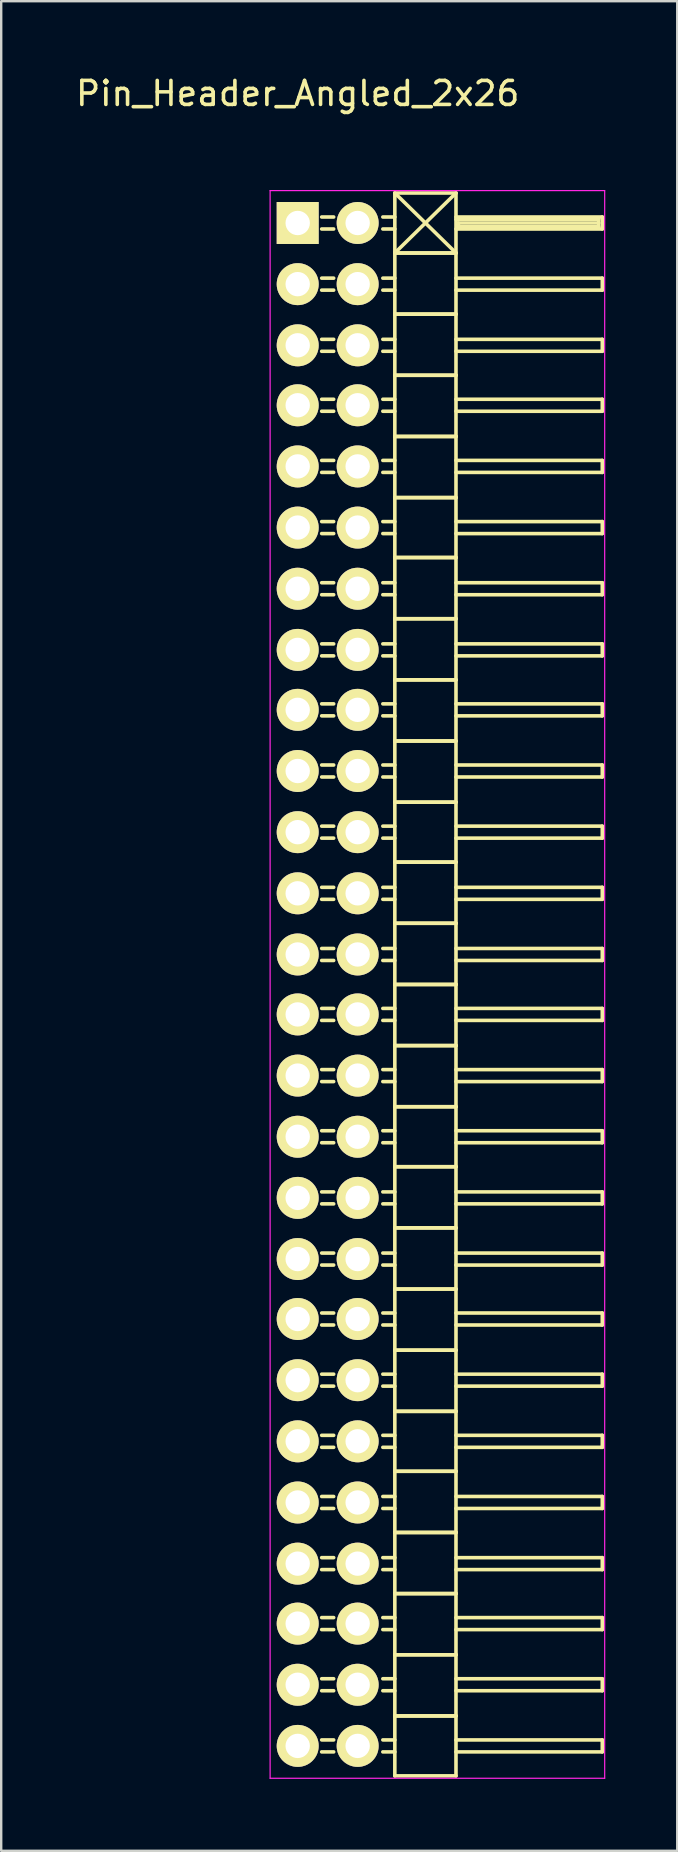
<source format=kicad_pcb>
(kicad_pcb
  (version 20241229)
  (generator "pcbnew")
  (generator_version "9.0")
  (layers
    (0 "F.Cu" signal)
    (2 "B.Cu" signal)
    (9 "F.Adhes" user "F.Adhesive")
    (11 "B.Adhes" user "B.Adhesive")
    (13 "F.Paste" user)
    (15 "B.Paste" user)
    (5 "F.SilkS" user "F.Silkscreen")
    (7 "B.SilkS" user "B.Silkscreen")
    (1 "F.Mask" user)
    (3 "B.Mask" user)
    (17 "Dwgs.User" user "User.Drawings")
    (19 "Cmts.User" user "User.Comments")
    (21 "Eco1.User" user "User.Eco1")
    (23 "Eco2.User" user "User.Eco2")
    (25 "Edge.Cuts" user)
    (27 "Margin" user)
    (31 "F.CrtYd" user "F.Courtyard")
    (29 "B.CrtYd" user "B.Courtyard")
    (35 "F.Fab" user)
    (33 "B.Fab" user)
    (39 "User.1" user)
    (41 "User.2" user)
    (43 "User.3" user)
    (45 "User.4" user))
  (footprint "Pin_Header_Angled_2x26"
    (layer "F.Cu")
    (at 9.363 6.248)
    (property "Reference" "Pin_Header_Angled_2x26" (at 0 -5.4 0) (layer "F.SilkS") (effects (font (size 1 1) (thickness 0.15))))
    (attr through_hole)
    (fp_line (start 1.5 -0.25) (end 1 -0.25) (stroke (width 0.15) (type solid)) (layer "F.SilkS"))
    (fp_line (start 1.5 0.25) (end 1 0.25) (stroke (width 0.15) (type solid)) (layer "F.SilkS"))
    (fp_line (start 1.5 2.3) (end 1 2.3) (stroke (width 0.15) (type solid)) (layer "F.SilkS"))
    (fp_line (start 1.5 2.8) (end 1 2.8) (stroke (width 0.15) (type solid)) (layer "F.SilkS"))
    (fp_line (start 1.5 4.85) (end 1 4.85) (stroke (width 0.15) (type solid)) (layer "F.SilkS"))
    (fp_line (start 1.5 5.35) (end 1 5.35) (stroke (width 0.15) (type solid)) (layer "F.SilkS"))
    (fp_line (start 1.5 7.35) (end 1 7.35) (stroke (width 0.15) (type solid)) (layer "F.SilkS"))
    (fp_line (start 1.5 7.85) (end 1 7.85) (stroke (width 0.15) (type solid)) (layer "F.SilkS"))
    (fp_line (start 1.5 9.9) (end 1 9.9) (stroke (width 0.15) (type solid)) (layer "F.SilkS"))
    (fp_line (start 1.5 10.4) (end 1 10.4) (stroke (width 0.15) (type solid)) (layer "F.SilkS"))
    (fp_line (start 1.5 12.45) (end 1 12.45) (stroke (width 0.15) (type solid)) (layer "F.SilkS"))
    (fp_line (start 1.5 12.95) (end 1 12.95) (stroke (width 0.15) (type solid)) (layer "F.SilkS"))
    (fp_line (start 1.5 15) (end 1 15) (stroke (width 0.15) (type solid)) (layer "F.SilkS"))
    (fp_line (start 1.5 15.5) (end 1 15.5) (stroke (width 0.15) (type solid)) (layer "F.SilkS"))
    (fp_line (start 1.5 17.55) (end 1 17.55) (stroke (width 0.15) (type solid)) (layer "F.SilkS"))
    (fp_line (start 1.5 18.05) (end 1 18.05) (stroke (width 0.15) (type solid)) (layer "F.SilkS"))
    (fp_line (start 1.5 20.05) (end 1 20.05) (stroke (width 0.15) (type solid)) (layer "F.SilkS"))
    (fp_line (start 1.5 20.55) (end 1 20.55) (stroke (width 0.15) (type solid)) (layer "F.SilkS"))
    (fp_line (start 1.5 22.6) (end 1 22.6) (stroke (width 0.15) (type solid)) (layer "F.SilkS"))
    (fp_line (start 1.5 23.1) (end 1 23.1) (stroke (width 0.15) (type solid)) (layer "F.SilkS"))
    (fp_line (start 1.5 25.15) (end 1 25.15) (stroke (width 0.15) (type solid)) (layer "F.SilkS"))
    (fp_line (start 1.5 25.65) (end 1 25.65) (stroke (width 0.15) (type solid)) (layer "F.SilkS"))
    (fp_line (start 1.5 27.7) (end 1 27.7) (stroke (width 0.15) (type solid)) (layer "F.SilkS"))
    (fp_line (start 1.5 28.2) (end 1 28.2) (stroke (width 0.15) (type solid)) (layer "F.SilkS"))
    (fp_line (start 1.5 30.25) (end 1 30.25) (stroke (width 0.15) (type solid)) (layer "F.SilkS"))
    (fp_line (start 1.5 30.75) (end 1 30.75) (stroke (width 0.15) (type solid)) (layer "F.SilkS"))
    (fp_line (start 1.5 32.75) (end 1 32.75) (stroke (width 0.15) (type solid)) (layer "F.SilkS"))
    (fp_line (start 1.5 33.25) (end 1 33.25) (stroke (width 0.15) (type solid)) (layer "F.SilkS"))
    (fp_line (start 1.5 35.3) (end 1 35.3) (stroke (width 0.15) (type solid)) (layer "F.SilkS"))
    (fp_line (start 1.5 35.8) (end 1 35.8) (stroke (width 0.15) (type solid)) (layer "F.SilkS"))
    (fp_line (start 1.5 37.85) (end 1 37.85) (stroke (width 0.15) (type solid)) (layer "F.SilkS"))
    (fp_line (start 1.5 38.35) (end 1 38.35) (stroke (width 0.15) (type solid)) (layer "F.SilkS"))
    (fp_line (start 1.5 40.4) (end 1 40.4) (stroke (width 0.15) (type solid)) (layer "F.SilkS"))
    (fp_line (start 1.5 40.9) (end 1 40.9) (stroke (width 0.15) (type solid)) (layer "F.SilkS"))
    (fp_line (start 1.5 42.95) (end 1 42.95) (stroke (width 0.15) (type solid)) (layer "F.SilkS"))
    (fp_line (start 1.5 43.45) (end 1 43.45) (stroke (width 0.15) (type solid)) (layer "F.SilkS"))
    (fp_line (start 1.5 45.45) (end 1 45.45) (stroke (width 0.15) (type solid)) (layer "F.SilkS"))
    (fp_line (start 1.5 45.95) (end 1 45.95) (stroke (width 0.15) (type solid)) (layer "F.SilkS"))
    (fp_line (start 1.5 48) (end 1 48) (stroke (width 0.15) (type solid)) (layer "F.SilkS"))
    (fp_line (start 1.5 48.5) (end 1 48.5) (stroke (width 0.15) (type solid)) (layer "F.SilkS"))
    (fp_line (start 1.5 50.55) (end 1 50.55) (stroke (width 0.15) (type solid)) (layer "F.SilkS"))
    (fp_line (start 1.5 51.05) (end 1 51.05) (stroke (width 0.15) (type solid)) (layer "F.SilkS"))
    (fp_line (start 1.5 53.1) (end 1 53.1) (stroke (width 0.15) (type solid)) (layer "F.SilkS"))
    (fp_line (start 1.5 53.6) (end 1 53.6) (stroke (width 0.15) (type solid)) (layer "F.SilkS"))
    (fp_line (start 1.5 55.65) (end 1 55.65) (stroke (width 0.15) (type solid)) (layer "F.SilkS"))
    (fp_line (start 1.5 56.15) (end 1 56.15) (stroke (width 0.15) (type solid)) (layer "F.SilkS"))
    (fp_line (start 1.5 58.15) (end 1 58.15) (stroke (width 0.15) (type solid)) (layer "F.SilkS"))
    (fp_line (start 1.5 58.65) (end 1 58.65) (stroke (width 0.15) (type solid)) (layer "F.SilkS"))
    (fp_line (start 1.5 60.7) (end 1 60.7) (stroke (width 0.15) (type solid)) (layer "F.SilkS"))
    (fp_line (start 1.5 61.2) (end 1 61.2) (stroke (width 0.15) (type solid)) (layer "F.SilkS"))
    (fp_line (start 1.5 63.25) (end 1 63.25) (stroke (width 0.15) (type solid)) (layer "F.SilkS"))
    (fp_line (start 1.5 63.75) (end 1 63.75) (stroke (width 0.15) (type solid)) (layer "F.SilkS"))
    (fp_line (start 4.05 -1.25) (end 4.05 1.25) (stroke (width 0.15) (type solid)) (layer "F.SilkS"))
    (fp_line (start 4.05 -1.25) (end 6.6 -1.25) (stroke (width 0.15) (type solid)) (layer "F.SilkS"))
    (fp_line (start 4.05 -1.25) (end 6.6 1.25) (stroke (width 0.15) (type solid)) (layer "F.SilkS"))
    (fp_line (start 4.05 -0.25) (end 3.55 -0.25) (stroke (width 0.15) (type solid)) (layer "F.SilkS"))
    (fp_line (start 4.05 0.25) (end 3.55 0.25) (stroke (width 0.15) (type solid)) (layer "F.SilkS"))
    (fp_line (start 4.05 1.25) (end 4.05 3.8) (stroke (width 0.15) (type solid)) (layer "F.SilkS"))
    (fp_line (start 4.05 1.25) (end 6.6 1.25) (stroke (width 0.15) (type solid)) (layer "F.SilkS"))
    (fp_line (start 4.05 1.25) (end 6.6 1.25) (stroke (width 0.15) (type solid)) (layer "F.SilkS"))
    (fp_line (start 4.05 2.3) (end 3.55 2.3) (stroke (width 0.15) (type solid)) (layer "F.SilkS"))
    (fp_line (start 4.05 2.8) (end 3.55 2.8) (stroke (width 0.15) (type solid)) (layer "F.SilkS"))
    (fp_line (start 4.05 3.8) (end 4.05 6.35) (stroke (width 0.15) (type solid)) (layer "F.SilkS"))
    (fp_line (start 4.05 3.8) (end 6.6 3.8) (stroke (width 0.15) (type solid)) (layer "F.SilkS"))
    (fp_line (start 4.05 3.8) (end 6.6 3.8) (stroke (width 0.15) (type solid)) (layer "F.SilkS"))
    (fp_line (start 4.05 4.85) (end 3.55 4.85) (stroke (width 0.15) (type solid)) (layer "F.SilkS"))
    (fp_line (start 4.05 5.35) (end 3.55 5.35) (stroke (width 0.15) (type solid)) (layer "F.SilkS"))
    (fp_line (start 4.05 6.35) (end 4.05 8.9) (stroke (width 0.15) (type solid)) (layer "F.SilkS"))
    (fp_line (start 4.05 6.35) (end 6.6 6.35) (stroke (width 0.15) (type solid)) (layer "F.SilkS"))
    (fp_line (start 4.05 6.35) (end 6.6 6.35) (stroke (width 0.15) (type solid)) (layer "F.SilkS"))
    (fp_line (start 4.05 7.35) (end 3.55 7.35) (stroke (width 0.15) (type solid)) (layer "F.SilkS"))
    (fp_line (start 4.05 7.85) (end 3.55 7.85) (stroke (width 0.15) (type solid)) (layer "F.SilkS"))
    (fp_line (start 4.05 8.9) (end 4.05 11.45) (stroke (width 0.15) (type solid)) (layer "F.SilkS"))
    (fp_line (start 4.05 8.9) (end 6.6 8.9) (stroke (width 0.15) (type solid)) (layer "F.SilkS"))
    (fp_line (start 4.05 8.9) (end 6.6 8.9) (stroke (width 0.15) (type solid)) (layer "F.SilkS"))
    (fp_line (start 4.05 9.9) (end 3.55 9.9) (stroke (width 0.15) (type solid)) (layer "F.SilkS"))
    (fp_line (start 4.05 10.4) (end 3.55 10.4) (stroke (width 0.15) (type solid)) (layer "F.SilkS"))
    (fp_line (start 4.05 11.45) (end 4.05 13.95) (stroke (width 0.15) (type solid)) (layer "F.SilkS"))
    (fp_line (start 4.05 11.45) (end 6.6 11.45) (stroke (width 0.15) (type solid)) (layer "F.SilkS"))
    (fp_line (start 4.05 11.45) (end 6.6 11.45) (stroke (width 0.15) (type solid)) (layer "F.SilkS"))
    (fp_line (start 4.05 12.45) (end 3.55 12.45) (stroke (width 0.15) (type solid)) (layer "F.SilkS"))
    (fp_line (start 4.05 12.95) (end 3.55 12.95) (stroke (width 0.15) (type solid)) (layer "F.SilkS"))
    (fp_line (start 4.05 13.95) (end 4.05 16.5) (stroke (width 0.15) (type solid)) (layer "F.SilkS"))
    (fp_line (start 4.05 13.95) (end 6.6 13.95) (stroke (width 0.15) (type solid)) (layer "F.SilkS"))
    (fp_line (start 4.05 13.95) (end 6.6 13.95) (stroke (width 0.15) (type solid)) (layer "F.SilkS"))
    (fp_line (start 4.05 15) (end 3.55 15) (stroke (width 0.15) (type solid)) (layer "F.SilkS"))
    (fp_line (start 4.05 15.5) (end 3.55 15.5) (stroke (width 0.15) (type solid)) (layer "F.SilkS"))
    (fp_line (start 4.05 16.5) (end 4.05 19.05) (stroke (width 0.15) (type solid)) (layer "F.SilkS"))
    (fp_line (start 4.05 16.5) (end 6.6 16.5) (stroke (width 0.15) (type solid)) (layer "F.SilkS"))
    (fp_line (start 4.05 16.5) (end 6.6 16.5) (stroke (width 0.15) (type solid)) (layer "F.SilkS"))
    (fp_line (start 4.05 17.55) (end 3.55 17.55) (stroke (width 0.15) (type solid)) (layer "F.SilkS"))
    (fp_line (start 4.05 18.05) (end 3.55 18.05) (stroke (width 0.15) (type solid)) (layer "F.SilkS"))
    (fp_line (start 4.05 19.05) (end 4.05 21.6) (stroke (width 0.15) (type solid)) (layer "F.SilkS"))
    (fp_line (start 4.05 19.05) (end 6.6 19.05) (stroke (width 0.15) (type solid)) (layer "F.SilkS"))
    (fp_line (start 4.05 19.05) (end 6.6 19.05) (stroke (width 0.15) (type solid)) (layer "F.SilkS"))
    (fp_line (start 4.05 20.05) (end 3.55 20.05) (stroke (width 0.15) (type solid)) (layer "F.SilkS"))
    (fp_line (start 4.05 20.55) (end 3.55 20.55) (stroke (width 0.15) (type solid)) (layer "F.SilkS"))
    (fp_line (start 4.05 21.6) (end 4.05 24.15) (stroke (width 0.15) (type solid)) (layer "F.SilkS"))
    (fp_line (start 4.05 21.6) (end 6.6 21.6) (stroke (width 0.15) (type solid)) (layer "F.SilkS"))
    (fp_line (start 4.05 21.6) (end 6.6 21.6) (stroke (width 0.15) (type solid)) (layer "F.SilkS"))
    (fp_line (start 4.05 22.6) (end 3.55 22.6) (stroke (width 0.15) (type solid)) (layer "F.SilkS"))
    (fp_line (start 4.05 23.1) (end 3.55 23.1) (stroke (width 0.15) (type solid)) (layer "F.SilkS"))
    (fp_line (start 4.05 24.15) (end 4.05 26.65) (stroke (width 0.15) (type solid)) (layer "F.SilkS"))
    (fp_line (start 4.05 24.15) (end 6.6 24.15) (stroke (width 0.15) (type solid)) (layer "F.SilkS"))
    (fp_line (start 4.05 24.15) (end 6.6 24.15) (stroke (width 0.15) (type solid)) (layer "F.SilkS"))
    (fp_line (start 4.05 25.15) (end 3.55 25.15) (stroke (width 0.15) (type solid)) (layer "F.SilkS"))
    (fp_line (start 4.05 25.65) (end 3.55 25.65) (stroke (width 0.15) (type solid)) (layer "F.SilkS"))
    (fp_line (start 4.05 26.65) (end 4.05 29.2) (stroke (width 0.15) (type solid)) (layer "F.SilkS"))
    (fp_line (start 4.05 26.65) (end 6.6 26.65) (stroke (width 0.15) (type solid)) (layer "F.SilkS"))
    (fp_line (start 4.05 26.65) (end 6.6 26.65) (stroke (width 0.15) (type solid)) (layer "F.SilkS"))
    (fp_line (start 4.05 27.7) (end 3.55 27.7) (stroke (width 0.15) (type solid)) (layer "F.SilkS"))
    (fp_line (start 4.05 28.2) (end 3.55 28.2) (stroke (width 0.15) (type solid)) (layer "F.SilkS"))
    (fp_line (start 4.05 29.2) (end 4.05 31.75) (stroke (width 0.15) (type solid)) (layer "F.SilkS"))
    (fp_line (start 4.05 29.2) (end 6.6 29.2) (stroke (width 0.15) (type solid)) (layer "F.SilkS"))
    (fp_line (start 4.05 29.2) (end 6.6 29.2) (stroke (width 0.15) (type solid)) (layer "F.SilkS"))
    (fp_line (start 4.05 30.25) (end 3.55 30.25) (stroke (width 0.15) (type solid)) (layer "F.SilkS"))
    (fp_line (start 4.05 30.75) (end 3.55 30.75) (stroke (width 0.15) (type solid)) (layer "F.SilkS"))
    (fp_line (start 4.05 31.75) (end 4.05 34.3) (stroke (width 0.15) (type solid)) (layer "F.SilkS"))
    (fp_line (start 4.05 31.75) (end 6.6 31.75) (stroke (width 0.15) (type solid)) (layer "F.SilkS"))
    (fp_line (start 4.05 31.75) (end 6.6 31.75) (stroke (width 0.15) (type solid)) (layer "F.SilkS"))
    (fp_line (start 4.05 32.75) (end 3.55 32.75) (stroke (width 0.15) (type solid)) (layer "F.SilkS"))
    (fp_line (start 4.05 33.25) (end 3.55 33.25) (stroke (width 0.15) (type solid)) (layer "F.SilkS"))
    (fp_line (start 4.05 34.3) (end 4.05 36.85) (stroke (width 0.15) (type solid)) (layer "F.SilkS"))
    (fp_line (start 4.05 34.3) (end 6.6 34.3) (stroke (width 0.15) (type solid)) (layer "F.SilkS"))
    (fp_line (start 4.05 34.3) (end 6.6 34.3) (stroke (width 0.15) (type solid)) (layer "F.SilkS"))
    (fp_line (start 4.05 35.3) (end 3.55 35.3) (stroke (width 0.15) (type solid)) (layer "F.SilkS"))
    (fp_line (start 4.05 35.8) (end 3.55 35.8) (stroke (width 0.15) (type solid)) (layer "F.SilkS"))
    (fp_line (start 4.05 36.85) (end 4.05 39.35) (stroke (width 0.15) (type solid)) (layer "F.SilkS"))
    (fp_line (start 4.05 36.85) (end 6.6 36.85) (stroke (width 0.15) (type solid)) (layer "F.SilkS"))
    (fp_line (start 4.05 36.85) (end 6.6 36.85) (stroke (width 0.15) (type solid)) (layer "F.SilkS"))
    (fp_line (start 4.05 37.85) (end 3.55 37.85) (stroke (width 0.15) (type solid)) (layer "F.SilkS"))
    (fp_line (start 4.05 38.35) (end 3.55 38.35) (stroke (width 0.15) (type solid)) (layer "F.SilkS"))
    (fp_line (start 4.05 39.35) (end 4.05 41.9) (stroke (width 0.15) (type solid)) (layer "F.SilkS"))
    (fp_line (start 4.05 39.35) (end 6.6 39.35) (stroke (width 0.15) (type solid)) (layer "F.SilkS"))
    (fp_line (start 4.05 39.35) (end 6.6 39.35) (stroke (width 0.15) (type solid)) (layer "F.SilkS"))
    (fp_line (start 4.05 40.4) (end 3.55 40.4) (stroke (width 0.15) (type solid)) (layer "F.SilkS"))
    (fp_line (start 4.05 40.9) (end 3.55 40.9) (stroke (width 0.15) (type solid)) (layer "F.SilkS"))
    (fp_line (start 4.05 41.9) (end 4.05 44.45) (stroke (width 0.15) (type solid)) (layer "F.SilkS"))
    (fp_line (start 4.05 41.9) (end 6.6 41.9) (stroke (width 0.15) (type solid)) (layer "F.SilkS"))
    (fp_line (start 4.05 41.9) (end 6.6 41.9) (stroke (width 0.15) (type solid)) (layer "F.SilkS"))
    (fp_line (start 4.05 42.95) (end 3.55 42.95) (stroke (width 0.15) (type solid)) (layer "F.SilkS"))
    (fp_line (start 4.05 43.45) (end 3.55 43.45) (stroke (width 0.15) (type solid)) (layer "F.SilkS"))
    (fp_line (start 4.05 44.45) (end 4.05 47) (stroke (width 0.15) (type solid)) (layer "F.SilkS"))
    (fp_line (start 4.05 44.45) (end 6.6 44.45) (stroke (width 0.15) (type solid)) (layer "F.SilkS"))
    (fp_line (start 4.05 44.45) (end 6.6 44.45) (stroke (width 0.15) (type solid)) (layer "F.SilkS"))
    (fp_line (start 4.05 45.45) (end 3.55 45.45) (stroke (width 0.15) (type solid)) (layer "F.SilkS"))
    (fp_line (start 4.05 45.95) (end 3.55 45.95) (stroke (width 0.15) (type solid)) (layer "F.SilkS"))
    (fp_line (start 4.05 47) (end 4.05 49.55) (stroke (width 0.15) (type solid)) (layer "F.SilkS"))
    (fp_line (start 4.05 47) (end 6.6 47) (stroke (width 0.15) (type solid)) (layer "F.SilkS"))
    (fp_line (start 4.05 47) (end 6.6 47) (stroke (width 0.15) (type solid)) (layer "F.SilkS"))
    (fp_line (start 4.05 48) (end 3.55 48) (stroke (width 0.15) (type solid)) (layer "F.SilkS"))
    (fp_line (start 4.05 48.5) (end 3.55 48.5) (stroke (width 0.15) (type solid)) (layer "F.SilkS"))
    (fp_line (start 4.05 49.55) (end 4.05 52.05) (stroke (width 0.15) (type solid)) (layer "F.SilkS"))
    (fp_line (start 4.05 49.55) (end 6.6 49.55) (stroke (width 0.15) (type solid)) (layer "F.SilkS"))
    (fp_line (start 4.05 49.55) (end 6.6 49.55) (stroke (width 0.15) (type solid)) (layer "F.SilkS"))
    (fp_line (start 4.05 50.55) (end 3.55 50.55) (stroke (width 0.15) (type solid)) (layer "F.SilkS"))
    (fp_line (start 4.05 51.05) (end 3.55 51.05) (stroke (width 0.15) (type solid)) (layer "F.SilkS"))
    (fp_line (start 4.05 52.05) (end 4.05 54.6) (stroke (width 0.15) (type solid)) (layer "F.SilkS"))
    (fp_line (start 4.05 52.05) (end 6.6 52.05) (stroke (width 0.15) (type solid)) (layer "F.SilkS"))
    (fp_line (start 4.05 52.05) (end 6.6 52.05) (stroke (width 0.15) (type solid)) (layer "F.SilkS"))
    (fp_line (start 4.05 53.1) (end 3.55 53.1) (stroke (width 0.15) (type solid)) (layer "F.SilkS"))
    (fp_line (start 4.05 53.6) (end 3.55 53.6) (stroke (width 0.15) (type solid)) (layer "F.SilkS"))
    (fp_line (start 4.05 54.6) (end 4.05 57.15) (stroke (width 0.15) (type solid)) (layer "F.SilkS"))
    (fp_line (start 4.05 54.6) (end 6.6 54.6) (stroke (width 0.15) (type solid)) (layer "F.SilkS"))
    (fp_line (start 4.05 54.6) (end 6.6 54.6) (stroke (width 0.15) (type solid)) (layer "F.SilkS"))
    (fp_line (start 4.05 55.65) (end 3.55 55.65) (stroke (width 0.15) (type solid)) (layer "F.SilkS"))
    (fp_line (start 4.05 56.15) (end 3.55 56.15) (stroke (width 0.15) (type solid)) (layer "F.SilkS"))
    (fp_line (start 4.05 57.15) (end 4.05 59.7) (stroke (width 0.15) (type solid)) (layer "F.SilkS"))
    (fp_line (start 4.05 57.15) (end 6.6 57.15) (stroke (width 0.15) (type solid)) (layer "F.SilkS"))
    (fp_line (start 4.05 57.15) (end 6.6 57.15) (stroke (width 0.15) (type solid)) (layer "F.SilkS"))
    (fp_line (start 4.05 58.15) (end 3.55 58.15) (stroke (width 0.15) (type solid)) (layer "F.SilkS"))
    (fp_line (start 4.05 58.65) (end 3.55 58.65) (stroke (width 0.15) (type solid)) (layer "F.SilkS"))
    (fp_line (start 4.05 59.7) (end 4.05 62.25) (stroke (width 0.15) (type solid)) (layer "F.SilkS"))
    (fp_line (start 4.05 59.7) (end 6.6 59.7) (stroke (width 0.15) (type solid)) (layer "F.SilkS"))
    (fp_line (start 4.05 59.7) (end 6.6 59.7) (stroke (width 0.15) (type solid)) (layer "F.SilkS"))
    (fp_line (start 4.05 60.7) (end 3.55 60.7) (stroke (width 0.15) (type solid)) (layer "F.SilkS"))
    (fp_line (start 4.05 61.2) (end 3.55 61.2) (stroke (width 0.15) (type solid)) (layer "F.SilkS"))
    (fp_line (start 4.05 62.25) (end 4.05 64.75) (stroke (width 0.15) (type solid)) (layer "F.SilkS"))
    (fp_line (start 4.05 62.25) (end 6.6 62.25) (stroke (width 0.15) (type solid)) (layer "F.SilkS"))
    (fp_line (start 4.05 62.25) (end 6.6 62.25) (stroke (width 0.15) (type solid)) (layer "F.SilkS"))
    (fp_line (start 4.05 63.25) (end 3.55 63.25) (stroke (width 0.15) (type solid)) (layer "F.SilkS"))
    (fp_line (start 4.05 63.75) (end 3.55 63.75) (stroke (width 0.15) (type solid)) (layer "F.SilkS"))
    (fp_line (start 4.05 64.75) (end 6.6 64.75) (stroke (width 0.15) (type solid)) (layer "F.SilkS"))
    (fp_line (start 6.6 -1.25) (end 4.05 1.25) (stroke (width 0.15) (type solid)) (layer "F.SilkS"))
    (fp_line (start 6.6 -0.25) (end 12.7 -0.25) (stroke (width 0.15) (type solid)) (layer "F.SilkS"))
    (fp_line (start 6.6 -0.15) (end 12.55 -0.15) (stroke (width 0.15) (type solid)) (layer "F.SilkS"))
    (fp_line (start 6.6 1.25) (end 6.6 -1.25) (stroke (width 0.15) (type solid)) (layer "F.SilkS"))
    (fp_line (start 6.6 2.3) (end 12.7 2.3) (stroke (width 0.15) (type solid)) (layer "F.SilkS"))
    (fp_line (start 6.6 3.8) (end 6.6 1.25) (stroke (width 0.15) (type solid)) (layer "F.SilkS"))
    (fp_line (start 6.6 4.85) (end 12.7 4.85) (stroke (width 0.15) (type solid)) (layer "F.SilkS"))
    (fp_line (start 6.6 6.35) (end 6.6 3.8) (stroke (width 0.15) (type solid)) (layer "F.SilkS"))
    (fp_line (start 6.6 7.35) (end 12.7 7.35) (stroke (width 0.15) (type solid)) (layer "F.SilkS"))
    (fp_line (start 6.6 8.9) (end 6.6 6.35) (stroke (width 0.15) (type solid)) (layer "F.SilkS"))
    (fp_line (start 6.6 9.9) (end 12.7 9.9) (stroke (width 0.15) (type solid)) (layer "F.SilkS"))
    (fp_line (start 6.6 11.45) (end 6.6 8.9) (stroke (width 0.15) (type solid)) (layer "F.SilkS"))
    (fp_line (start 6.6 12.45) (end 12.7 12.45) (stroke (width 0.15) (type solid)) (layer "F.SilkS"))
    (fp_line (start 6.6 13.95) (end 6.6 11.45) (stroke (width 0.15) (type solid)) (layer "F.SilkS"))
    (fp_line (start 6.6 15) (end 12.7 15) (stroke (width 0.15) (type solid)) (layer "F.SilkS"))
    (fp_line (start 6.6 16.5) (end 6.6 13.95) (stroke (width 0.15) (type solid)) (layer "F.SilkS"))
    (fp_line (start 6.6 17.55) (end 12.7 17.55) (stroke (width 0.15) (type solid)) (layer "F.SilkS"))
    (fp_line (start 6.6 19.05) (end 6.6 16.5) (stroke (width 0.15) (type solid)) (layer "F.SilkS"))
    (fp_line (start 6.6 20.05) (end 12.7 20.05) (stroke (width 0.15) (type solid)) (layer "F.SilkS"))
    (fp_line (start 6.6 21.6) (end 6.6 19.05) (stroke (width 0.15) (type solid)) (layer "F.SilkS"))
    (fp_line (start 6.6 22.6) (end 12.7 22.6) (stroke (width 0.15) (type solid)) (layer "F.SilkS"))
    (fp_line (start 6.6 24.15) (end 6.6 21.6) (stroke (width 0.15) (type solid)) (layer "F.SilkS"))
    (fp_line (start 6.6 25.15) (end 12.7 25.15) (stroke (width 0.15) (type solid)) (layer "F.SilkS"))
    (fp_line (start 6.6 26.65) (end 6.6 24.15) (stroke (width 0.15) (type solid)) (layer "F.SilkS"))
    (fp_line (start 6.6 27.7) (end 12.7 27.7) (stroke (width 0.15) (type solid)) (layer "F.SilkS"))
    (fp_line (start 6.6 29.2) (end 6.6 26.65) (stroke (width 0.15) (type solid)) (layer "F.SilkS"))
    (fp_line (start 6.6 30.25) (end 12.7 30.25) (stroke (width 0.15) (type solid)) (layer "F.SilkS"))
    (fp_line (start 6.6 31.75) (end 6.6 29.2) (stroke (width 0.15) (type solid)) (layer "F.SilkS"))
    (fp_line (start 6.6 32.75) (end 12.7 32.75) (stroke (width 0.15) (type solid)) (layer "F.SilkS"))
    (fp_line (start 6.6 34.3) (end 6.6 31.75) (stroke (width 0.15) (type solid)) (layer "F.SilkS"))
    (fp_line (start 6.6 35.3) (end 12.7 35.3) (stroke (width 0.15) (type solid)) (layer "F.SilkS"))
    (fp_line (start 6.6 36.85) (end 6.6 34.3) (stroke (width 0.15) (type solid)) (layer "F.SilkS"))
    (fp_line (start 6.6 37.85) (end 12.7 37.85) (stroke (width 0.15) (type solid)) (layer "F.SilkS"))
    (fp_line (start 6.6 39.35) (end 6.6 36.85) (stroke (width 0.15) (type solid)) (layer "F.SilkS"))
    (fp_line (start 6.6 40.4) (end 12.7 40.4) (stroke (width 0.15) (type solid)) (layer "F.SilkS"))
    (fp_line (start 6.6 41.9) (end 6.6 39.35) (stroke (width 0.15) (type solid)) (layer "F.SilkS"))
    (fp_line (start 6.6 42.95) (end 12.7 42.95) (stroke (width 0.15) (type solid)) (layer "F.SilkS"))
    (fp_line (start 6.6 44.45) (end 6.6 41.9) (stroke (width 0.15) (type solid)) (layer "F.SilkS"))
    (fp_line (start 6.6 45.45) (end 12.7 45.45) (stroke (width 0.15) (type solid)) (layer "F.SilkS"))
    (fp_line (start 6.6 47) (end 6.6 44.45) (stroke (width 0.15) (type solid)) (layer "F.SilkS"))
    (fp_line (start 6.6 48) (end 12.7 48) (stroke (width 0.15) (type solid)) (layer "F.SilkS"))
    (fp_line (start 6.6 49.55) (end 6.6 47) (stroke (width 0.15) (type solid)) (layer "F.SilkS"))
    (fp_line (start 6.6 50.55) (end 12.7 50.55) (stroke (width 0.15) (type solid)) (layer "F.SilkS"))
    (fp_line (start 6.6 52.05) (end 6.6 49.55) (stroke (width 0.15) (type solid)) (layer "F.SilkS"))
    (fp_line (start 6.6 53.1) (end 12.7 53.1) (stroke (width 0.15) (type solid)) (layer "F.SilkS"))
    (fp_line (start 6.6 54.6) (end 6.6 52.05) (stroke (width 0.15) (type solid)) (layer "F.SilkS"))
    (fp_line (start 6.6 55.65) (end 12.7 55.65) (stroke (width 0.15) (type solid)) (layer "F.SilkS"))
    (fp_line (start 6.6 57.15) (end 6.6 54.6) (stroke (width 0.15) (type solid)) (layer "F.SilkS"))
    (fp_line (start 6.6 58.15) (end 12.7 58.15) (stroke (width 0.15) (type solid)) (layer "F.SilkS"))
    (fp_line (start 6.6 59.7) (end 6.6 57.15) (stroke (width 0.15) (type solid)) (layer "F.SilkS"))
    (fp_line (start 6.6 60.7) (end 12.7 60.7) (stroke (width 0.15) (type solid)) (layer "F.SilkS"))
    (fp_line (start 6.6 62.25) (end 6.6 59.7) (stroke (width 0.15) (type solid)) (layer "F.SilkS"))
    (fp_line (start 6.6 63.25) (end 12.7 63.25) (stroke (width 0.15) (type solid)) (layer "F.SilkS"))
    (fp_line (start 6.6 64.75) (end 6.6 62.25) (stroke (width 0.15) (type solid)) (layer "F.SilkS"))
    (fp_line (start 6.7 0) (end 12.55 0) (stroke (width 0.15) (type solid)) (layer "F.SilkS"))
    (fp_line (start 6.7 0.15) (end 6.7 0) (stroke (width 0.15) (type solid)) (layer "F.SilkS"))
    (fp_line (start 12.55 -0.15) (end 12.55 0.15) (stroke (width 0.15) (type solid)) (layer "F.SilkS"))
    (fp_line (start 12.55 0.15) (end 6.7 0.15) (stroke (width 0.15) (type solid)) (layer "F.SilkS"))
    (fp_line (start 12.7 -0.25) (end 12.7 0.25) (stroke (width 0.15) (type solid)) (layer "F.SilkS"))
    (fp_line (start 12.7 0.25) (end 6.6 0.25) (stroke (width 0.15) (type solid)) (layer "F.SilkS"))
    (fp_line (start 12.7 2.3) (end 12.7 2.8) (stroke (width 0.15) (type solid)) (layer "F.SilkS"))
    (fp_line (start 12.7 2.8) (end 6.6 2.8) (stroke (width 0.15) (type solid)) (layer "F.SilkS"))
    (fp_line (start 12.7 4.85) (end 12.7 5.35) (stroke (width 0.15) (type solid)) (layer "F.SilkS"))
    (fp_line (start 12.7 5.35) (end 6.6 5.35) (stroke (width 0.15) (type solid)) (layer "F.SilkS"))
    (fp_line (start 12.7 7.35) (end 12.7 7.85) (stroke (width 0.15) (type solid)) (layer "F.SilkS"))
    (fp_line (start 12.7 7.85) (end 6.6 7.85) (stroke (width 0.15) (type solid)) (layer "F.SilkS"))
    (fp_line (start 12.7 9.9) (end 12.7 10.4) (stroke (width 0.15) (type solid)) (layer "F.SilkS"))
    (fp_line (start 12.7 10.4) (end 6.6 10.4) (stroke (width 0.15) (type solid)) (layer "F.SilkS"))
    (fp_line (start 12.7 12.45) (end 12.7 12.95) (stroke (width 0.15) (type solid)) (layer "F.SilkS"))
    (fp_line (start 12.7 12.95) (end 6.6 12.95) (stroke (width 0.15) (type solid)) (layer "F.SilkS"))
    (fp_line (start 12.7 15) (end 12.7 15.5) (stroke (width 0.15) (type solid)) (layer "F.SilkS"))
    (fp_line (start 12.7 15.5) (end 6.6 15.5) (stroke (width 0.15) (type solid)) (layer "F.SilkS"))
    (fp_line (start 12.7 17.55) (end 12.7 18.05) (stroke (width 0.15) (type solid)) (layer "F.SilkS"))
    (fp_line (start 12.7 18.05) (end 6.6 18.05) (stroke (width 0.15) (type solid)) (layer "F.SilkS"))
    (fp_line (start 12.7 20.05) (end 12.7 20.55) (stroke (width 0.15) (type solid)) (layer "F.SilkS"))
    (fp_line (start 12.7 20.55) (end 6.6 20.55) (stroke (width 0.15) (type solid)) (layer "F.SilkS"))
    (fp_line (start 12.7 22.6) (end 12.7 23.1) (stroke (width 0.15) (type solid)) (layer "F.SilkS"))
    (fp_line (start 12.7 23.1) (end 6.6 23.1) (stroke (width 0.15) (type solid)) (layer "F.SilkS"))
    (fp_line (start 12.7 25.15) (end 12.7 25.65) (stroke (width 0.15) (type solid)) (layer "F.SilkS"))
    (fp_line (start 12.7 25.65) (end 6.6 25.65) (stroke (width 0.15) (type solid)) (layer "F.SilkS"))
    (fp_line (start 12.7 27.7) (end 12.7 28.2) (stroke (width 0.15) (type solid)) (layer "F.SilkS"))
    (fp_line (start 12.7 28.2) (end 6.6 28.2) (stroke (width 0.15) (type solid)) (layer "F.SilkS"))
    (fp_line (start 12.7 30.25) (end 12.7 30.75) (stroke (width 0.15) (type solid)) (layer "F.SilkS"))
    (fp_line (start 12.7 30.75) (end 6.6 30.75) (stroke (width 0.15) (type solid)) (layer "F.SilkS"))
    (fp_line (start 12.7 32.75) (end 12.7 33.25) (stroke (width 0.15) (type solid)) (layer "F.SilkS"))
    (fp_line (start 12.7 33.25) (end 6.6 33.25) (stroke (width 0.15) (type solid)) (layer "F.SilkS"))
    (fp_line (start 12.7 35.3) (end 12.7 35.8) (stroke (width 0.15) (type solid)) (layer "F.SilkS"))
    (fp_line (start 12.7 35.8) (end 6.6 35.8) (stroke (width 0.15) (type solid)) (layer "F.SilkS"))
    (fp_line (start 12.7 37.85) (end 12.7 38.35) (stroke (width 0.15) (type solid)) (layer "F.SilkS"))
    (fp_line (start 12.7 38.35) (end 6.6 38.35) (stroke (width 0.15) (type solid)) (layer "F.SilkS"))
    (fp_line (start 12.7 40.4) (end 12.7 40.9) (stroke (width 0.15) (type solid)) (layer "F.SilkS"))
    (fp_line (start 12.7 40.9) (end 6.6 40.9) (stroke (width 0.15) (type solid)) (layer "F.SilkS"))
    (fp_line (start 12.7 42.95) (end 12.7 43.45) (stroke (width 0.15) (type solid)) (layer "F.SilkS"))
    (fp_line (start 12.7 43.45) (end 6.6 43.45) (stroke (width 0.15) (type solid)) (layer "F.SilkS"))
    (fp_line (start 12.7 45.45) (end 12.7 45.95) (stroke (width 0.15) (type solid)) (layer "F.SilkS"))
    (fp_line (start 12.7 45.95) (end 6.6 45.95) (stroke (width 0.15) (type solid)) (layer "F.SilkS"))
    (fp_line (start 12.7 48) (end 12.7 48.5) (stroke (width 0.15) (type solid)) (layer "F.SilkS"))
    (fp_line (start 12.7 48.5) (end 6.6 48.5) (stroke (width 0.15) (type solid)) (layer "F.SilkS"))
    (fp_line (start 12.7 50.55) (end 12.7 51.05) (stroke (width 0.15) (type solid)) (layer "F.SilkS"))
    (fp_line (start 12.7 51.05) (end 6.6 51.05) (stroke (width 0.15) (type solid)) (layer "F.SilkS"))
    (fp_line (start 12.7 53.1) (end 12.7 53.6) (stroke (width 0.15) (type solid)) (layer "F.SilkS"))
    (fp_line (start 12.7 53.6) (end 6.6 53.6) (stroke (width 0.15) (type solid)) (layer "F.SilkS"))
    (fp_line (start 12.7 55.65) (end 12.7 56.15) (stroke (width 0.15) (type solid)) (layer "F.SilkS"))
    (fp_line (start 12.7 56.15) (end 6.6 56.15) (stroke (width 0.15) (type solid)) (layer "F.SilkS"))
    (fp_line (start 12.7 58.15) (end 12.7 58.65) (stroke (width 0.15) (type solid)) (layer "F.SilkS"))
    (fp_line (start 12.7 58.65) (end 6.6 58.65) (stroke (width 0.15) (type solid)) (layer "F.SilkS"))
    (fp_line (start 12.7 60.7) (end 12.7 61.2) (stroke (width 0.15) (type solid)) (layer "F.SilkS"))
    (fp_line (start 12.7 61.2) (end 6.6 61.2) (stroke (width 0.15) (type solid)) (layer "F.SilkS"))
    (fp_line (start 12.7 63.25) (end 12.7 63.75) (stroke (width 0.15) (type solid)) (layer "F.SilkS"))
    (fp_line (start 12.7 63.75) (end 6.6 63.75) (stroke (width 0.15) (type solid)) (layer "F.SilkS"))
    (fp_line (start -1.15 -1.35) (end -1.15 64.85) (stroke (width 0.05) (type solid)) (layer "F.CrtYd"))
    (fp_line (start -1.15 -1.35) (end 12.8 -1.35) (stroke (width 0.05) (type solid)) (layer "F.CrtYd"))
    (fp_line (start -1.15 64.85) (end 12.8 64.85) (stroke (width 0.05) (type solid)) (layer "F.CrtYd"))
    (fp_line (start 12.8 -1.35) (end 12.8 64.85) (stroke (width 0.05) (type solid)) (layer "F.CrtYd"))
    (pad "1" thru_hole rect (at 0 0) (size 1.75 1.75) (drill 1.016) (layers "*.Cu" "*.Mask" "F.SilkS"))
    (pad "2" thru_hole oval (at 2.5 0) (size 1.75 1.75) (drill 1.016) (layers "*.Cu" "*.Mask" "F.SilkS"))
    (pad "3" thru_hole oval (at 0 2.55) (size 1.75 1.75) (drill 1.016) (layers "*.Cu" "*.Mask" "F.SilkS"))
    (pad "4" thru_hole oval (at 2.5 2.55) (size 1.75 1.75) (drill 1.016) (layers "*.Cu" "*.Mask" "F.SilkS"))
    (pad "5" thru_hole oval (at 0 5.1) (size 1.75 1.75) (drill 1.016) (layers "*.Cu" "*.Mask" "F.SilkS"))
    (pad "6" thru_hole oval (at 2.5 5.1) (size 1.75 1.75) (drill 1.016) (layers "*.Cu" "*.Mask" "F.SilkS"))
    (pad "7" thru_hole oval (at 0 7.6) (size 1.75 1.75) (drill 1.016) (layers "*.Cu" "*.Mask" "F.SilkS"))
    (pad "8" thru_hole oval (at 2.5 7.6) (size 1.75 1.75) (drill 1.016) (layers "*.Cu" "*.Mask" "F.SilkS"))
    (pad "9" thru_hole oval (at 0 10.15) (size 1.75 1.75) (drill 1.016) (layers "*.Cu" "*.Mask" "F.SilkS"))
    (pad "10" thru_hole oval (at 2.5 10.15) (size 1.75 1.75) (drill 1.016) (layers "*.Cu" "*.Mask" "F.SilkS"))
    (pad "11" thru_hole oval (at 0 12.7) (size 1.75 1.75) (drill 1.016) (layers "*.Cu" "*.Mask" "F.SilkS"))
    (pad "12" thru_hole oval (at 2.5 12.7) (size 1.75 1.75) (drill 1.016) (layers "*.Cu" "*.Mask" "F.SilkS"))
    (pad "13" thru_hole oval (at 0 15.25) (size 1.75 1.75) (drill 1.016) (layers "*.Cu" "*.Mask" "F.SilkS"))
    (pad "14" thru_hole oval (at 2.5 15.25) (size 1.75 1.75) (drill 1.016) (layers "*.Cu" "*.Mask" "F.SilkS"))
    (pad "15" thru_hole oval (at 0 17.8) (size 1.75 1.75) (drill 1.016) (layers "*.Cu" "*.Mask" "F.SilkS"))
    (pad "16" thru_hole oval (at 2.5 17.8) (size 1.75 1.75) (drill 1.016) (layers "*.Cu" "*.Mask" "F.SilkS"))
    (pad "17" thru_hole oval (at 0 20.3) (size 1.75 1.75) (drill 1.016) (layers "*.Cu" "*.Mask" "F.SilkS"))
    (pad "18" thru_hole oval (at 2.5 20.3) (size 1.75 1.75) (drill 1.016) (layers "*.Cu" "*.Mask" "F.SilkS"))
    (pad "19" thru_hole oval (at 0 22.85) (size 1.75 1.75) (drill 1.016) (layers "*.Cu" "*.Mask" "F.SilkS"))
    (pad "20" thru_hole oval (at 2.5 22.85) (size 1.75 1.75) (drill 1.016) (layers "*.Cu" "*.Mask" "F.SilkS"))
    (pad "21" thru_hole oval (at 0 25.4) (size 1.75 1.75) (drill 1.016) (layers "*.Cu" "*.Mask" "F.SilkS"))
    (pad "22" thru_hole oval (at 2.5 25.4) (size 1.75 1.75) (drill 1.016) (layers "*.Cu" "*.Mask" "F.SilkS"))
    (pad "23" thru_hole oval (at 0 27.95) (size 1.75 1.75) (drill 1.016) (layers "*.Cu" "*.Mask" "F.SilkS"))
    (pad "24" thru_hole oval (at 2.5 27.95) (size 1.75 1.75) (drill 1.016) (layers "*.Cu" "*.Mask" "F.SilkS"))
    (pad "25" thru_hole oval (at 0 30.5) (size 1.75 1.75) (drill 1.016) (layers "*.Cu" "*.Mask" "F.SilkS"))
    (pad "26" thru_hole oval (at 2.5 30.5) (size 1.75 1.75) (drill 1.016) (layers "*.Cu" "*.Mask" "F.SilkS"))
    (pad "27" thru_hole oval (at 0 33) (size 1.75 1.75) (drill 1.016) (layers "*.Cu" "*.Mask" "F.SilkS"))
    (pad "28" thru_hole oval (at 2.5 33) (size 1.75 1.75) (drill 1.016) (layers "*.Cu" "*.Mask" "F.SilkS"))
    (pad "29" thru_hole oval (at 0 35.55) (size 1.75 1.75) (drill 1.016) (layers "*.Cu" "*.Mask" "F.SilkS"))
    (pad "30" thru_hole oval (at 2.5 35.55) (size 1.75 1.75) (drill 1.016) (layers "*.Cu" "*.Mask" "F.SilkS"))
    (pad "31" thru_hole oval (at 0 38.1) (size 1.75 1.75) (drill 1.016) (layers "*.Cu" "*.Mask" "F.SilkS"))
    (pad "32" thru_hole oval (at 2.5 38.1) (size 1.75 1.75) (drill 1.016) (layers "*.Cu" "*.Mask" "F.SilkS"))
    (pad "33" thru_hole oval (at 0 40.65) (size 1.75 1.75) (drill 1.016) (layers "*.Cu" "*.Mask" "F.SilkS"))
    (pad "34" thru_hole oval (at 2.5 40.65) (size 1.75 1.75) (drill 1.016) (layers "*.Cu" "*.Mask" "F.SilkS"))
    (pad "35" thru_hole oval (at 0 43.2) (size 1.75 1.75) (drill 1.016) (layers "*.Cu" "*.Mask" "F.SilkS"))
    (pad "36" thru_hole oval (at 2.5 43.2) (size 1.75 1.75) (drill 1.016) (layers "*.Cu" "*.Mask" "F.SilkS"))
    (pad "37" thru_hole oval (at 0 45.7) (size 1.75 1.75) (drill 1.016) (layers "*.Cu" "*.Mask" "F.SilkS"))
    (pad "38" thru_hole oval (at 2.5 45.7) (size 1.75 1.75) (drill 1.016) (layers "*.Cu" "*.Mask" "F.SilkS"))
    (pad "39" thru_hole oval (at 0 48.25) (size 1.75 1.75) (drill 1.016) (layers "*.Cu" "*.Mask" "F.SilkS"))
    (pad "40" thru_hole oval (at 2.5 48.25) (size 1.75 1.75) (drill 1.016) (layers "*.Cu" "*.Mask" "F.SilkS"))
    (pad "41" thru_hole oval (at 0 50.8) (size 1.75 1.75) (drill 1.016) (layers "*.Cu" "*.Mask" "F.SilkS"))
    (pad "42" thru_hole oval (at 2.5 50.8) (size 1.75 1.75) (drill 1.016) (layers "*.Cu" "*.Mask" "F.SilkS"))
    (pad "43" thru_hole oval (at 0 53.35) (size 1.75 1.75) (drill 1.016) (layers "*.Cu" "*.Mask" "F.SilkS"))
    (pad "44" thru_hole oval (at 2.5 53.35) (size 1.75 1.75) (drill 1.016) (layers "*.Cu" "*.Mask" "F.SilkS"))
    (pad "45" thru_hole oval (at 0 55.9) (size 1.75 1.75) (drill 1.016) (layers "*.Cu" "*.Mask" "F.SilkS"))
    (pad "46" thru_hole oval (at 2.5 55.9) (size 1.75 1.75) (drill 1.016) (layers "*.Cu" "*.Mask" "F.SilkS"))
    (pad "47" thru_hole oval (at 0 58.4) (size 1.75 1.75) (drill 1.016) (layers "*.Cu" "*.Mask" "F.SilkS"))
    (pad "48" thru_hole oval (at 2.5 58.4) (size 1.75 1.75) (drill 1.016) (layers "*.Cu" "*.Mask" "F.SilkS"))
    (pad "49" thru_hole oval (at 0 60.95) (size 1.75 1.75) (drill 1.016) (layers "*.Cu" "*.Mask" "F.SilkS"))
    (pad "50" thru_hole oval (at 2.5 60.95) (size 1.75 1.75) (drill 1.016) (layers "*.Cu" "*.Mask" "F.SilkS"))
    (pad "51" thru_hole oval (at 0 63.5) (size 1.75 1.75) (drill 1.016) (layers "*.Cu" "*.Mask" "F.SilkS"))
    (pad "52" thru_hole oval (at 2.5 63.5) (size 1.75 1.75) (drill 1.016) (layers "*.Cu" "*.Mask" "F.SilkS")))
  (gr_rect
    (start -3 -3)
    (end 25.188 74.123)
    (stroke (width 0.1) (type default))
    (fill no)
    (layer "Edge.Cuts")))
</source>
